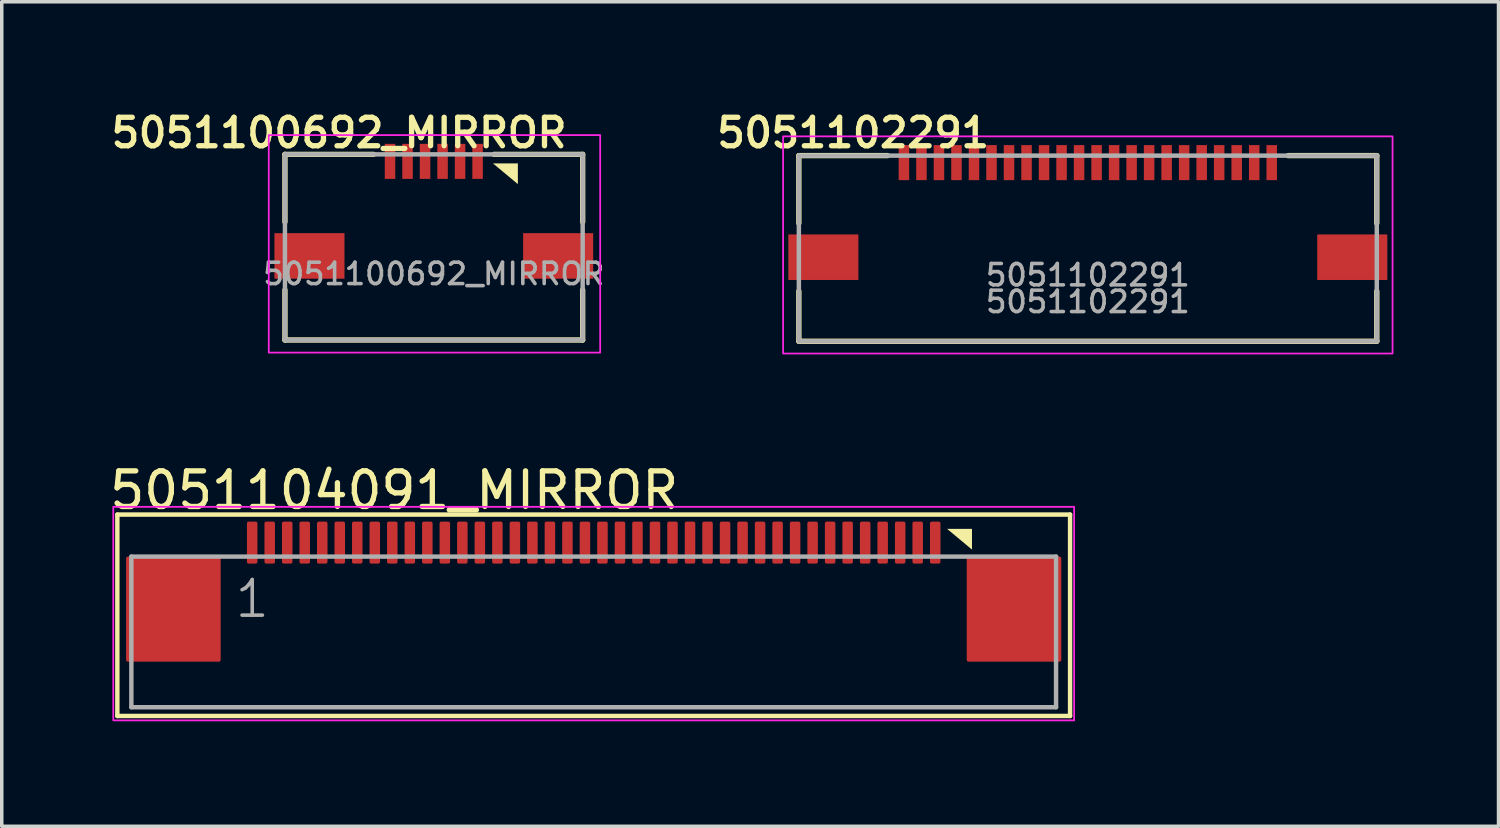
<source format=kicad_pcb>
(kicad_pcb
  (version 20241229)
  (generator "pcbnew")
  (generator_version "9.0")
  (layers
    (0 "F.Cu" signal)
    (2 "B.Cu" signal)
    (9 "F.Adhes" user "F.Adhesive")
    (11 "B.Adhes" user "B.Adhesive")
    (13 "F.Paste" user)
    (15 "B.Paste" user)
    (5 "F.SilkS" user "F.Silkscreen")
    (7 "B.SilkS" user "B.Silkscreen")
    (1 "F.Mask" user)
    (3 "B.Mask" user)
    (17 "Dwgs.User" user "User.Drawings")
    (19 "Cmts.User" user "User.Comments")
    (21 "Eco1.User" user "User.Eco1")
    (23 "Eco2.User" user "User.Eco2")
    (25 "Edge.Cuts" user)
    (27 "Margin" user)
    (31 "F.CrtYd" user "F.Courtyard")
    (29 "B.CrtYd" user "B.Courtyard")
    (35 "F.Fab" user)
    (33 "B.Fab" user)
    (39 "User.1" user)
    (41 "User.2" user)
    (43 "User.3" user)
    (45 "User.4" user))
  (footprint "5051102291"
    (layer "F.Cu")
    (at 28.007 4.043)
    (property "Reference" "5051102291" (at -6.7 -3.3 0) (unlocked yes) (layer "F.SilkS") (effects (font (size 0.813 0.813) (thickness 0.152) (bold yes))))
    (attr smd)
    (fp_line (start -8.25 -2.65) (end -8.25 -0.72) (stroke (width 0.152) (type solid)) (layer "F.SilkS"))
    (fp_line (start -8.25 1.22) (end -8.25 2.65) (stroke (width 0.152) (type solid)) (layer "F.SilkS"))
    (fp_line (start -8.25 2.65) (end 8.25 2.65) (stroke (width 0.152) (type solid)) (layer "F.SilkS"))
    (fp_line (start -5.72 -2.65) (end -8.25 -2.65) (stroke (width 0.152) (type solid)) (layer "F.SilkS"))
    (fp_line (start 8.25 -2.65) (end 5.72 -2.65) (stroke (width 0.152) (type solid)) (layer "F.SilkS"))
    (fp_line (start 8.25 -0.72) (end 8.25 -2.65) (stroke (width 0.152) (type solid)) (layer "F.SilkS"))
    (fp_line (start 8.25 2.65) (end 8.25 1.22) (stroke (width 0.152) (type solid)) (layer "F.SilkS"))
    (fp_rect (start -8.7 -3.2) (end 8.7 3) (stroke (width 0.05) (type solid)) (fill no) (layer "F.CrtYd"))
    (fp_line (start -8.25 -2.65) (end -8.25 2.65) (stroke (width 0.127) (type solid)) (layer "F.Fab"))
    (fp_line (start -8.25 2.65) (end 8.25 2.65) (stroke (width 0.127) (type solid)) (layer "F.Fab"))
    (fp_line (start 8.25 -2.65) (end -8.25 -2.65) (stroke (width 0.127) (type solid)) (layer "F.Fab"))
    (fp_line (start 8.25 2.65) (end 8.25 -2.65) (stroke (width 0.127) (type solid)) (layer "F.Fab"))
    (fp_text user "${REFERENCE}" (at 0 0.762 0) (unlocked yes) (layer "F.Fab") (effects (font (size 0.61 0.61) (thickness 0.102) (bold yes))))
    (fp_text user "5051102291" (at 0 1.524 0) (unlocked yes) (layer "F.Fab") (effects (font (size 0.61 0.61) (thickness 0.102) (bold yes))))
    (pad "1" smd rect (at -5.25 -2.45) (size 0.3 1) (layers "F.Cu" "F.Mask" "F.Paste"))
    (pad "2" smd rect (at -4.75 -2.45) (size 0.3 1) (layers "F.Cu" "F.Mask" "F.Paste"))
    (pad "3" smd rect (at -4.25 -2.45) (size 0.3 1) (layers "F.Cu" "F.Mask" "F.Paste"))
    (pad "4" smd rect (at -3.75 -2.45) (size 0.3 1) (layers "F.Cu" "F.Mask" "F.Paste"))
    (pad "5" smd rect (at -3.25 -2.45) (size 0.3 1) (layers "F.Cu" "F.Mask" "F.Paste"))
    (pad "6" smd rect (at -2.75 -2.45) (size 0.3 1) (layers "F.Cu" "F.Mask" "F.Paste"))
    (pad "7" smd rect (at -2.25 -2.45) (size 0.3 1) (layers "F.Cu" "F.Mask" "F.Paste"))
    (pad "8" smd rect (at -1.75 -2.45) (size 0.3 1) (layers "F.Cu" "F.Mask" "F.Paste"))
    (pad "9" smd rect (at -1.25 -2.45) (size 0.3 1) (layers "F.Cu" "F.Mask" "F.Paste"))
    (pad "10" smd rect (at -0.75 -2.45) (size 0.3 1) (layers "F.Cu" "F.Mask" "F.Paste"))
    (pad "11" smd rect (at -0.25 -2.45) (size 0.3 1) (layers "F.Cu" "F.Mask" "F.Paste"))
    (pad "12" smd rect (at 0.25 -2.45) (size 0.3 1) (layers "F.Cu" "F.Mask" "F.Paste"))
    (pad "13" smd rect (at 0.75 -2.45) (size 0.3 1) (layers "F.Cu" "F.Mask" "F.Paste"))
    (pad "14" smd rect (at 1.25 -2.45) (size 0.3 1) (layers "F.Cu" "F.Mask" "F.Paste"))
    (pad "15" smd rect (at 1.75 -2.45) (size 0.3 1) (layers "F.Cu" "F.Mask" "F.Paste"))
    (pad "16" smd rect (at 2.25 -2.45) (size 0.3 1) (layers "F.Cu" "F.Mask" "F.Paste"))
    (pad "17" smd rect (at 2.75 -2.45) (size 0.3 1) (layers "F.Cu" "F.Mask" "F.Paste"))
    (pad "18" smd rect (at 3.25 -2.45) (size 0.3 1) (layers "F.Cu" "F.Mask" "F.Paste"))
    (pad "19" smd rect (at 3.75 -2.45) (size 0.3 1) (layers "F.Cu" "F.Mask" "F.Paste"))
    (pad "20" smd rect (at 4.25 -2.45) (size 0.3 1) (layers "F.Cu" "F.Mask" "F.Paste"))
    (pad "21" smd rect (at 4.75 -2.45) (size 0.3 1) (layers "F.Cu" "F.Mask" "F.Paste"))
    (pad "22" smd rect (at 5.25 -2.45) (size 0.3 1) (layers "F.Cu" "F.Mask" "F.Paste"))
    (pad "SH" smd rect (at -7.55 0.25) (size 2 1.3) (layers "F.Cu" "F.Mask" "F.Paste"))
    (pad "SH" smd rect (at 7.55 0.25) (size 2 1.3) (layers "F.Cu" "F.Mask" "F.Paste")))
  (footprint "5051104091_MIRROR"
    (layer "F.Cu")
    (at 13.9 14.341)
    (property "Reference" "5051104091_MIRROR" (at -13.9 -2.8 0) (layer "F.SilkS") (effects (font (size 1.016 1.016) (thickness 0.152)) (justify left bottom)))
    (attr smd)
    (fp_line (start -13.6 -2.7) (end 13.6 -2.7) (stroke (width 0.127) (type solid)) (layer "F.SilkS"))
    (fp_line (start -13.6 3.05) (end -13.6 -2.7) (stroke (width 0.127) (type solid)) (layer "F.SilkS"))
    (fp_line (start -13.6 3.05) (end 13.6 3.05) (stroke (width 0.127) (type solid)) (layer "F.SilkS"))
    (fp_line (start 13.6 3.05) (end 13.6 -2.7) (stroke (width 0.127) (type solid)) (layer "F.SilkS"))
    (fp_poly (pts (xy 10.8 -1.7) (xy 10.8 -2.292) (xy 10.089 -2.292)) (stroke (width 0) (type default)) (fill yes) (layer "F.SilkS"))
    (fp_rect (start -13.716 -2.921) (end 13.716 3.175) (stroke (width 0.05) (type default)) (fill no) (layer "F.CrtYd"))
    (fp_line (start -13.2 -1.5) (end 13.2 -1.5) (stroke (width 0.127) (type solid)) (layer "F.Fab"))
    (fp_line (start -13.2 2.8) (end -13.2 -1.5) (stroke (width 0.127) (type solid)) (layer "F.Fab"))
    (fp_line (start -13.2 2.8) (end 13.2 2.8) (stroke (width 0.127) (type solid)) (layer "F.Fab"))
    (fp_line (start 13.2 -1.5) (end 13.2 2.8) (stroke (width 0.127) (type solid)) (layer "F.Fab"))
    (fp_text user "1" (at -10.3 0.3 0) (layer "F.Fab") (effects (font (size 1.016 1.016) (thickness 0.102)) (justify left bottom)))
    (pad "" smd roundrect (at -12 0) (size 2.7 3) (layers "F.Cu" "F.Mask" "F.Paste") (roundrect_rratio 0.019))
    (pad "" smd roundrect (at 12 0) (size 2.7 3) (layers "F.Cu" "F.Mask" "F.Paste") (roundrect_rratio 0.019))
    (pad "1" smd roundrect (at 9.75 -1.9) (size 0.3 1.2) (layers "F.Cu" "F.Mask" "F.Paste") (roundrect_rratio 0.169))
    (pad "2" smd roundrect (at 9.25 -1.9) (size 0.3 1.2) (layers "F.Cu" "F.Mask" "F.Paste") (roundrect_rratio 0.169))
    (pad "3" smd roundrect (at 8.75 -1.9) (size 0.3 1.2) (layers "F.Cu" "F.Mask" "F.Paste") (roundrect_rratio 0.169))
    (pad "4" smd roundrect (at 8.25 -1.9) (size 0.3 1.2) (layers "F.Cu" "F.Mask" "F.Paste") (roundrect_rratio 0.169))
    (pad "5" smd roundrect (at 7.75 -1.9) (size 0.3 1.2) (layers "F.Cu" "F.Mask" "F.Paste") (roundrect_rratio 0.169))
    (pad "6" smd roundrect (at 7.25 -1.9) (size 0.3 1.2) (layers "F.Cu" "F.Mask" "F.Paste") (roundrect_rratio 0.169))
    (pad "7" smd roundrect (at 6.75 -1.9) (size 0.3 1.2) (layers "F.Cu" "F.Mask" "F.Paste") (roundrect_rratio 0.169))
    (pad "8" smd roundrect (at 6.25 -1.9) (size 0.3 1.2) (layers "F.Cu" "F.Mask" "F.Paste") (roundrect_rratio 0.169))
    (pad "9" smd roundrect (at 5.75 -1.9) (size 0.3 1.2) (layers "F.Cu" "F.Mask" "F.Paste") (roundrect_rratio 0.169))
    (pad "10" smd roundrect (at 5.25 -1.9) (size 0.3 1.2) (layers "F.Cu" "F.Mask" "F.Paste") (roundrect_rratio 0.169))
    (pad "11" smd roundrect (at 4.75 -1.9) (size 0.3 1.2) (layers "F.Cu" "F.Mask" "F.Paste") (roundrect_rratio 0.169))
    (pad "12" smd roundrect (at 4.25 -1.9) (size 0.3 1.2) (layers "F.Cu" "F.Mask" "F.Paste") (roundrect_rratio 0.169))
    (pad "13" smd roundrect (at 3.75 -1.9) (size 0.3 1.2) (layers "F.Cu" "F.Mask" "F.Paste") (roundrect_rratio 0.169))
    (pad "14" smd roundrect (at 3.25 -1.9) (size 0.3 1.2) (layers "F.Cu" "F.Mask" "F.Paste") (roundrect_rratio 0.169))
    (pad "15" smd roundrect (at 2.75 -1.9) (size 0.3 1.2) (layers "F.Cu" "F.Mask" "F.Paste") (roundrect_rratio 0.169))
    (pad "16" smd roundrect (at 2.25 -1.9) (size 0.3 1.2) (layers "F.Cu" "F.Mask" "F.Paste") (roundrect_rratio 0.169))
    (pad "17" smd roundrect (at 1.75 -1.9) (size 0.3 1.2) (layers "F.Cu" "F.Mask" "F.Paste") (roundrect_rratio 0.169))
    (pad "18" smd roundrect (at 1.25 -1.9) (size 0.3 1.2) (layers "F.Cu" "F.Mask" "F.Paste") (roundrect_rratio 0.169))
    (pad "19" smd roundrect (at 0.75 -1.9) (size 0.3 1.2) (layers "F.Cu" "F.Mask" "F.Paste") (roundrect_rratio 0.169))
    (pad "20" smd roundrect (at 0.25 -1.9) (size 0.3 1.2) (layers "F.Cu" "F.Mask" "F.Paste") (roundrect_rratio 0.169))
    (pad "21" smd roundrect (at -0.25 -1.9) (size 0.3 1.2) (layers "F.Cu" "F.Mask" "F.Paste") (roundrect_rratio 0.169))
    (pad "22" smd roundrect (at -0.75 -1.9) (size 0.3 1.2) (layers "F.Cu" "F.Mask" "F.Paste") (roundrect_rratio 0.169))
    (pad "23" smd roundrect (at -1.25 -1.9) (size 0.3 1.2) (layers "F.Cu" "F.Mask" "F.Paste") (roundrect_rratio 0.169))
    (pad "24" smd roundrect (at -1.75 -1.9) (size 0.3 1.2) (layers "F.Cu" "F.Mask" "F.Paste") (roundrect_rratio 0.169))
    (pad "25" smd roundrect (at -2.25 -1.9) (size 0.3 1.2) (layers "F.Cu" "F.Mask" "F.Paste") (roundrect_rratio 0.169))
    (pad "26" smd roundrect (at -2.75 -1.9) (size 0.3 1.2) (layers "F.Cu" "F.Mask" "F.Paste") (roundrect_rratio 0.169))
    (pad "27" smd roundrect (at -3.25 -1.9) (size 0.3 1.2) (layers "F.Cu" "F.Mask" "F.Paste") (roundrect_rratio 0.169))
    (pad "28" smd roundrect (at -3.75 -1.9) (size 0.3 1.2) (layers "F.Cu" "F.Mask" "F.Paste") (roundrect_rratio 0.169))
    (pad "29" smd roundrect (at -4.25 -1.9) (size 0.3 1.2) (layers "F.Cu" "F.Mask" "F.Paste") (roundrect_rratio 0.169))
    (pad "30" smd roundrect (at -4.75 -1.9) (size 0.3 1.2) (layers "F.Cu" "F.Mask" "F.Paste") (roundrect_rratio 0.169))
    (pad "31" smd roundrect (at -5.25 -1.9) (size 0.3 1.2) (layers "F.Cu" "F.Mask" "F.Paste") (roundrect_rratio 0.169))
    (pad "32" smd roundrect (at -5.75 -1.9) (size 0.3 1.2) (layers "F.Cu" "F.Mask" "F.Paste") (roundrect_rratio 0.169))
    (pad "33" smd roundrect (at -6.25 -1.9) (size 0.3 1.2) (layers "F.Cu" "F.Mask" "F.Paste") (roundrect_rratio 0.169))
    (pad "34" smd roundrect (at -6.75 -1.9) (size 0.3 1.2) (layers "F.Cu" "F.Mask" "F.Paste") (roundrect_rratio 0.169))
    (pad "35" smd roundrect (at -7.25 -1.9) (size 0.3 1.2) (layers "F.Cu" "F.Mask" "F.Paste") (roundrect_rratio 0.169))
    (pad "36" smd roundrect (at -7.75 -1.9) (size 0.3 1.2) (layers "F.Cu" "F.Mask" "F.Paste") (roundrect_rratio 0.169))
    (pad "37" smd roundrect (at -8.25 -1.9) (size 0.3 1.2) (layers "F.Cu" "F.Mask" "F.Paste") (roundrect_rratio 0.169))
    (pad "38" smd roundrect (at -8.75 -1.9) (size 0.3 1.2) (layers "F.Cu" "F.Mask" "F.Paste") (roundrect_rratio 0.169))
    (pad "39" smd roundrect (at -9.25 -1.9) (size 0.3 1.2) (layers "F.Cu" "F.Mask" "F.Paste") (roundrect_rratio 0.169))
    (pad "40" smd roundrect (at -9.75 -1.9) (size 0.3 1.2) (layers "F.Cu" "F.Mask" "F.Paste") (roundrect_rratio 0.169)))
  (footprint "5051100692_MIRROR"
    (layer "F.Cu")
    (at 9.335 4.007)
    (property "Reference" "5051100692_MIRROR" (at -2.705 -3.264 0) (unlocked yes) (layer "F.SilkS") (effects (font (size 0.813 0.813) (thickness 0.152) (bold yes))))
    (attr smd)
    (fp_line (start -4.25 -2.65) (end -4.25 -0.72) (stroke (width 0.152) (type solid)) (layer "F.SilkS"))
    (fp_line (start -4.25 1.22) (end -4.25 2.65) (stroke (width 0.152) (type solid)) (layer "F.SilkS"))
    (fp_line (start -4.25 2.65) (end 4.25 2.65) (stroke (width 0.152) (type solid)) (layer "F.SilkS"))
    (fp_line (start -1.72 -2.65) (end -4.25 -2.65) (stroke (width 0.152) (type solid)) (layer "F.SilkS"))
    (fp_line (start 4.25 -2.65) (end 1.72 -2.65) (stroke (width 0.152) (type solid)) (layer "F.SilkS"))
    (fp_line (start 4.25 -0.72) (end 4.25 -2.65) (stroke (width 0.152) (type solid)) (layer "F.SilkS"))
    (fp_line (start 4.25 2.65) (end 4.25 1.22) (stroke (width 0.152) (type solid)) (layer "F.SilkS"))
    (fp_poly (pts (xy 2.4 -1.8) (xy 2.4 -2.392) (xy 1.689 -2.392)) (stroke (width 0) (type default)) (fill yes) (layer "F.SilkS"))
    (fp_rect (start -4.712 -3.2) (end 4.75 3.01) (stroke (width 0.05) (type default)) (fill no) (layer "F.CrtYd"))
    (fp_line (start -4.25 -2.65) (end -4.25 2.65) (stroke (width 0.127) (type solid)) (layer "F.Fab"))
    (fp_line (start -4.25 2.65) (end 4.25 2.65) (stroke (width 0.127) (type solid)) (layer "F.Fab"))
    (fp_line (start 4.25 -2.65) (end -4.25 -2.65) (stroke (width 0.127) (type solid)) (layer "F.Fab"))
    (fp_line (start 4.25 2.65) (end 4.25 -2.65) (stroke (width 0.127) (type solid)) (layer "F.Fab"))
    (fp_text user "${REFERENCE}" (at 0 0.762 0) (unlocked yes) (layer "F.Fab") (effects (font (size 0.61 0.61) (thickness 0.102) (bold yes))))
    (pad "1" smd rect (at 1.25 -2.45) (size 0.3 1) (layers "F.Cu" "F.Mask" "F.Paste"))
    (pad "2" smd rect (at 0.75 -2.45) (size 0.3 1) (layers "F.Cu" "F.Mask" "F.Paste"))
    (pad "3" smd rect (at 0.25 -2.45) (size 0.3 1) (layers "F.Cu" "F.Mask" "F.Paste"))
    (pad "4" smd rect (at -0.25 -2.45) (size 0.3 1) (layers "F.Cu" "F.Mask" "F.Paste"))
    (pad "5" smd rect (at -0.75 -2.45) (size 0.3 1) (layers "F.Cu" "F.Mask" "F.Paste"))
    (pad "6" smd rect (at -1.25 -2.45) (size 0.3 1) (layers "F.Cu" "F.Mask" "F.Paste"))
    (pad "SH" smd rect (at -3.55 0.25) (size 2 1.3) (layers "F.Cu" "F.Mask" "F.Paste"))
    (pad "SH" smd rect (at 3.55 0.25) (size 2 1.3) (layers "F.Cu" "F.Mask" "F.Paste")))
  (gr_rect
    (start -3 -3)
    (end 39.732 20.541)
    (stroke (width 0.1) (type default))
    (fill no)
    (layer "Edge.Cuts")))
</source>
